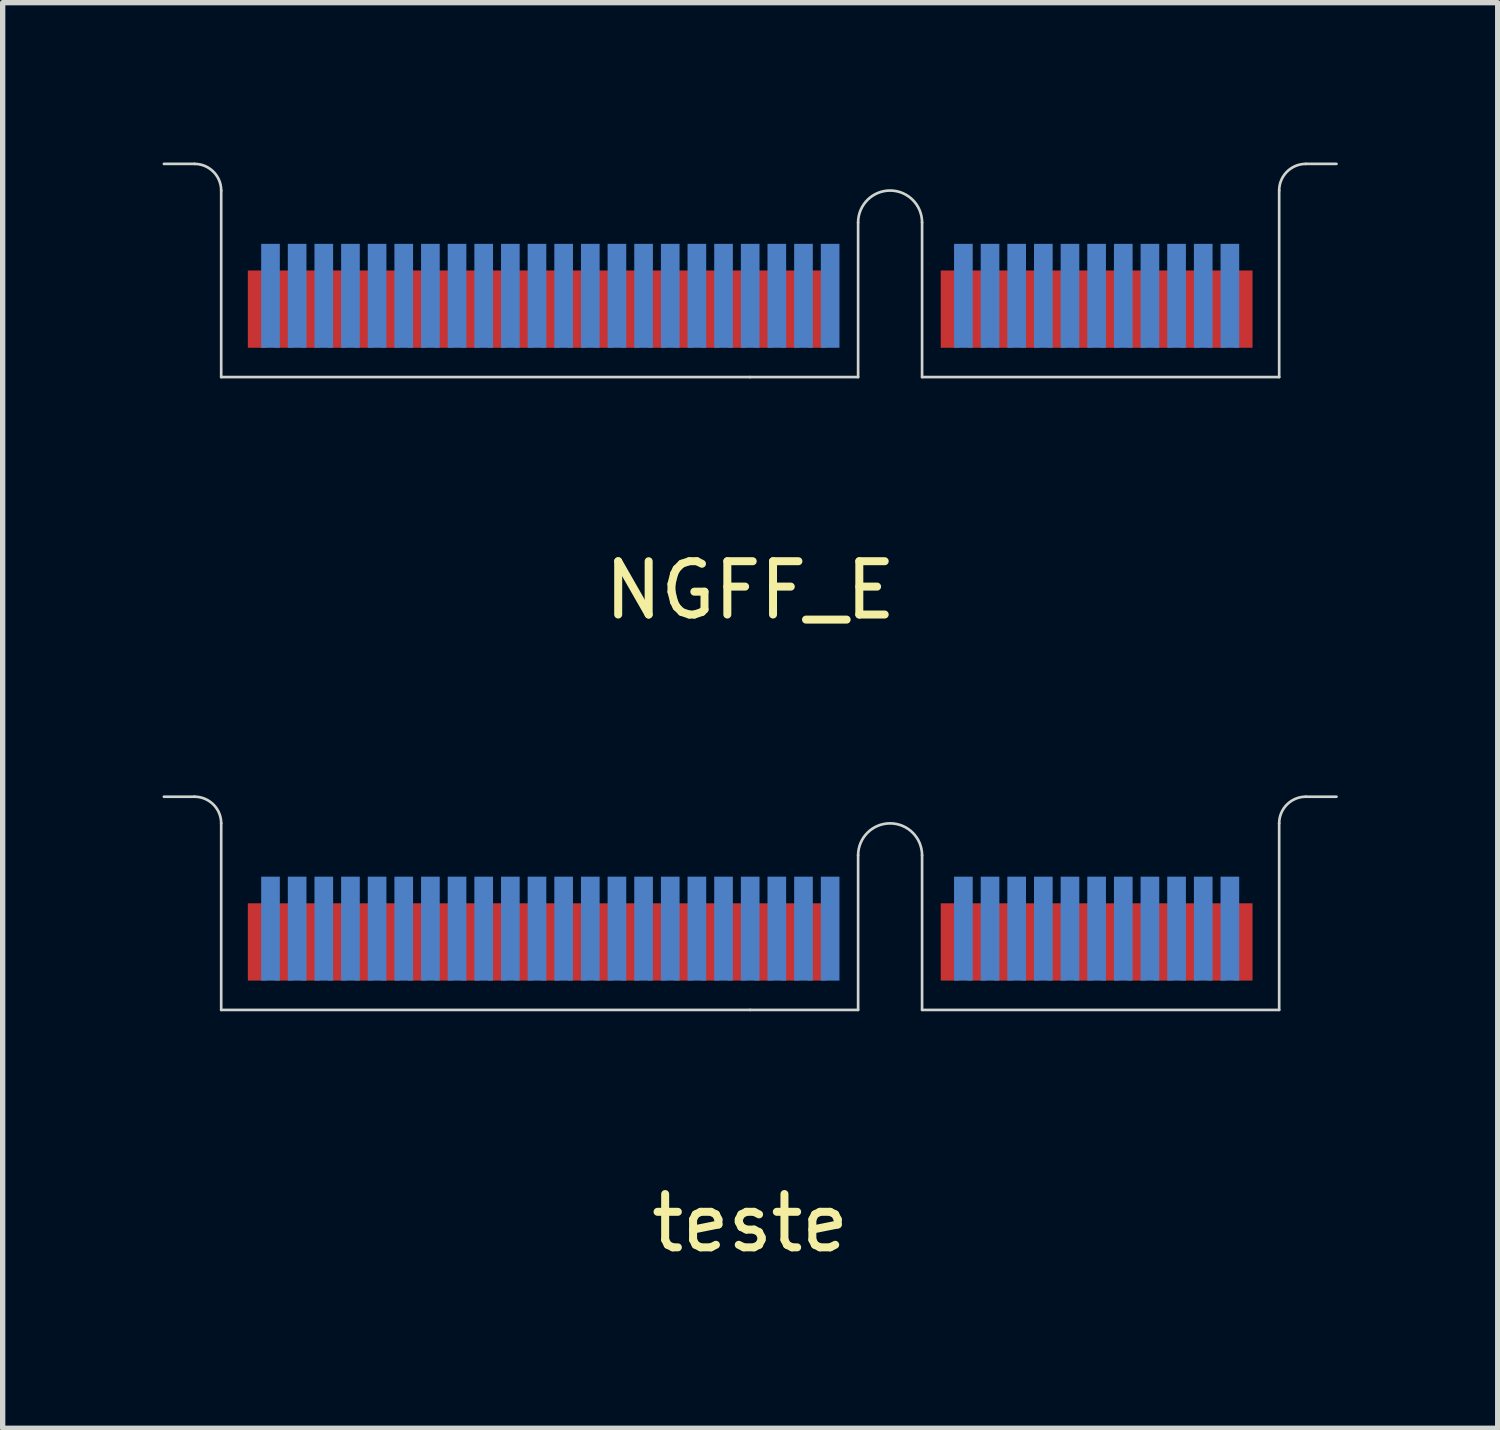
<source format=kicad_pcb>
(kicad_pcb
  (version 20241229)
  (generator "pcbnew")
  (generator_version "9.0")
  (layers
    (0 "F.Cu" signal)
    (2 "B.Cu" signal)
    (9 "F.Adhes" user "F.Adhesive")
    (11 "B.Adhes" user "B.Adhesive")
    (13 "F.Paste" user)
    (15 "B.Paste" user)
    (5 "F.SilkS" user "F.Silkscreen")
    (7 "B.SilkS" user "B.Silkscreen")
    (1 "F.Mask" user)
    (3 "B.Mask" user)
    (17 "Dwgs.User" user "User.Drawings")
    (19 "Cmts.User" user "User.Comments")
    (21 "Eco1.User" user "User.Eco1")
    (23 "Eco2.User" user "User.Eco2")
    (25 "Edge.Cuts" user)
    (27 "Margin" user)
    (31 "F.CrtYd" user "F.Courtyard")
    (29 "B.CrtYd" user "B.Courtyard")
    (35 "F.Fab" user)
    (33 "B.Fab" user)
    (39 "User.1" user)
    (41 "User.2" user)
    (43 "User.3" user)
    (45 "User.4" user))
  (footprint "NGFF_E"
    (layer "F.Cu")
    (at 11.025 4.025)
    (property "Reference" "NGFF_E" (at 0 4 0) (layer "F.SilkS") (effects (font (size 1 1) (thickness 0.15))))
    (attr through_hole)
    (fp_poly (pts (xy -9.925 0) (xy 2.025 0) (xy 2.025 -2) (xy -9.925 -2)) (stroke (width 0.1) (type solid)) (fill yes) (layer "F.Mask"))
    (fp_poly (pts (xy 3.225 0) (xy 9.925 0) (xy 9.925 -2) (xy 3.225 -2)) (stroke (width 0.1) (type solid)) (fill yes) (layer "F.Mask"))
    (fp_poly (pts (xy -9.925 0) (xy 2.025 0) (xy 2.025 -2.5) (xy -9.925 -2.5)) (stroke (width 0.1) (type solid)) (fill yes) (layer "B.Mask"))
    (fp_poly (pts (xy 3.225 0) (xy 9.925 0) (xy 9.925 -2.5) (xy 3.225 -2.5)) (stroke (width 0.1) (type solid)) (fill yes) (layer "B.Mask"))
    (fp_line (start -11 -4) (end -10.425 -4) (stroke (width 0.05) (type solid)) (layer "Edge.Cuts"))
    (fp_line (start -9.925 -3.5) (end -9.925 0) (stroke (width 0.05) (type solid)) (layer "Edge.Cuts"))
    (fp_line (start -9.925 0) (end 0 0) (stroke (width 0.05) (type solid)) (layer "Edge.Cuts"))
    (fp_line (start 0 0) (end 2.025 0) (stroke (width 0.05) (type solid)) (layer "Edge.Cuts"))
    (fp_line (start 2.025 0) (end 2.025 -2.9) (stroke (width 0.05) (type solid)) (layer "Edge.Cuts"))
    (fp_line (start 3.225 -2.9) (end 3.225 0) (stroke (width 0.05) (type solid)) (layer "Edge.Cuts"))
    (fp_line (start 3.225 0) (end 9.925 0) (stroke (width 0.05) (type solid)) (layer "Edge.Cuts"))
    (fp_line (start 9.925 0) (end 9.925 -3.5) (stroke (width 0.05) (type solid)) (layer "Edge.Cuts"))
    (fp_line (start 10.425 -4) (end 11 -4) (stroke (width 0.05) (type solid)) (layer "Edge.Cuts"))
    (fp_arc (start -10.425 -4) (mid -10.071447 -3.853553) (end -9.925 -3.5) (stroke (width 0.05) (type solid)) (layer "Edge.Cuts"))
    (fp_arc (start 2.025 -2.9) (mid 2.625 -3.5) (end 3.225 -2.9) (stroke (width 0.05) (type solid)) (layer "Edge.Cuts"))
    (fp_arc (start 9.925 -3.5) (mid 10.071447 -3.853553) (end 10.425 -4) (stroke (width 0.05) (type solid)) (layer "Edge.Cuts"))
    (pad "1" smd rect (at 9.25 -1.275) (size 0.35 1.45) (layers "F.Cu"))
    (pad "2" smd rect (at 9 -1.525) (size 0.35 1.95) (layers "B.Cu"))
    (pad "3" smd rect (at 8.75 -1.275) (size 0.35 1.45) (layers "F.Cu"))
    (pad "4" smd rect (at 8.5 -1.525) (size 0.35 1.95) (layers "B.Cu"))
    (pad "5" smd rect (at 8.25 -1.275) (size 0.35 1.45) (layers "F.Cu"))
    (pad "6" smd rect (at 8 -1.525) (size 0.35 1.95) (layers "B.Cu"))
    (pad "7" smd rect (at 7.75 -1.275) (size 0.35 1.45) (layers "F.Cu"))
    (pad "8" smd rect (at 7.5 -1.525) (size 0.35 1.95) (layers "B.Cu"))
    (pad "9" smd rect (at 7.25 -1.275) (size 0.35 1.45) (layers "F.Cu"))
    (pad "10" smd rect (at 7 -1.525) (size 0.35 1.95) (layers "B.Cu"))
    (pad "11" smd rect (at 6.75 -1.275) (size 0.35 1.45) (layers "F.Cu"))
    (pad "12" smd rect (at 6.5 -1.525) (size 0.35 1.95) (layers "B.Cu"))
    (pad "13" smd rect (at 6.25 -1.275) (size 0.35 1.45) (layers "F.Cu"))
    (pad "14" smd rect (at 6 -1.525) (size 0.35 1.95) (layers "B.Cu"))
    (pad "15" smd rect (at 5.75 -1.275) (size 0.35 1.45) (layers "F.Cu"))
    (pad "16" smd rect (at 5.5 -1.525) (size 0.35 1.95) (layers "B.Cu"))
    (pad "17" smd rect (at 5.25 -1.275) (size 0.35 1.45) (layers "F.Cu"))
    (pad "18" smd rect (at 5 -1.525) (size 0.35 1.95) (layers "B.Cu"))
    (pad "19" smd rect (at 4.75 -1.275) (size 0.35 1.45) (layers "F.Cu"))
    (pad "20" smd rect (at 4.5 -1.525) (size 0.35 1.95) (layers "B.Cu"))
    (pad "21" smd rect (at 4.25 -1.275) (size 0.35 1.45) (layers "F.Cu"))
    (pad "22" smd rect (at 4 -1.525) (size 0.35 1.95) (layers "B.Cu"))
    (pad "23" smd rect (at 3.75 -1.275) (size 0.35 1.45) (layers "F.Cu"))
    (pad "32" smd rect (at 1.5 -1.525) (size 0.35 1.95) (layers "B.Cu"))
    (pad "33" smd rect (at 1.25 -1.275) (size 0.35 1.45) (layers "F.Cu"))
    (pad "34" smd rect (at 1 -1.525) (size 0.35 1.95) (layers "B.Cu"))
    (pad "35" smd rect (at 0.75 -1.275) (size 0.35 1.45) (layers "F.Cu"))
    (pad "36" smd rect (at 0.5 -1.525) (size 0.35 1.95) (layers "B.Cu"))
    (pad "37" smd rect (at 0.25 -1.275) (size 0.35 1.45) (layers "F.Cu"))
    (pad "38" smd rect (at 0 -1.525) (size 0.35 1.95) (layers "B.Cu"))
    (pad "39" smd rect (at -0.25 -1.275) (size 0.35 1.45) (layers "F.Cu"))
    (pad "40" smd rect (at -0.5 -1.525) (size 0.35 1.95) (layers "B.Cu"))
    (pad "41" smd rect (at -0.75 -1.275) (size 0.35 1.45) (layers "F.Cu"))
    (pad "42" smd rect (at -1 -1.525) (size 0.35 1.95) (layers "B.Cu"))
    (pad "43" smd rect (at -1.25 -1.275) (size 0.35 1.45) (layers "F.Cu"))
    (pad "44" smd rect (at -1.5 -1.525) (size 0.35 1.95) (layers "B.Cu"))
    (pad "45" smd rect (at -1.75 -1.275) (size 0.35 1.45) (layers "F.Cu"))
    (pad "46" smd rect (at -2 -1.525) (size 0.35 1.95) (layers "B.Cu"))
    (pad "47" smd rect (at -2.25 -1.275) (size 0.35 1.45) (layers "F.Cu"))
    (pad "48" smd rect (at -2.5 -1.525) (size 0.35 1.95) (layers "B.Cu"))
    (pad "49" smd rect (at -2.75 -1.275) (size 0.35 1.45) (layers "F.Cu"))
    (pad "50" smd rect (at -3 -1.525) (size 0.35 1.95) (layers "B.Cu"))
    (pad "51" smd rect (at -3.25 -1.275) (size 0.35 1.45) (layers "F.Cu"))
    (pad "52" smd rect (at -3.5 -1.525) (size 0.35 1.95) (layers "B.Cu"))
    (pad "53" smd rect (at -3.75 -1.275) (size 0.35 1.45) (layers "F.Cu"))
    (pad "54" smd rect (at -4 -1.525) (size 0.35 1.95) (layers "B.Cu"))
    (pad "55" smd rect (at -4.25 -1.275) (size 0.35 1.45) (layers "F.Cu"))
    (pad "56" smd rect (at -4.5 -1.525) (size 0.35 1.95) (layers "B.Cu"))
    (pad "57" smd rect (at -4.75 -1.275) (size 0.35 1.45) (layers "F.Cu"))
    (pad "58" smd rect (at -5 -1.525) (size 0.35 1.95) (layers "B.Cu"))
    (pad "59" smd rect (at -5.25 -1.275) (size 0.35 1.45) (layers "F.Cu"))
    (pad "60" smd rect (at -5.5 -1.525) (size 0.35 1.95) (layers "B.Cu"))
    (pad "61" smd rect (at -5.75 -1.275) (size 0.35 1.45) (layers "F.Cu"))
    (pad "62" smd rect (at -6 -1.525) (size 0.35 1.95) (layers "B.Cu"))
    (pad "63" smd rect (at -6.25 -1.275) (size 0.35 1.45) (layers "F.Cu"))
    (pad "64" smd rect (at -6.5 -1.525) (size 0.35 1.95) (layers "B.Cu"))
    (pad "65" smd rect (at -6.75 -1.275) (size 0.35 1.45) (layers "F.Cu"))
    (pad "66" smd rect (at -7 -1.525) (size 0.35 1.95) (layers "B.Cu"))
    (pad "67" smd rect (at -7.25 -1.275) (size 0.35 1.45) (layers "F.Cu"))
    (pad "68" smd rect (at -7.5 -1.525) (size 0.35 1.95) (layers "B.Cu"))
    (pad "69" smd rect (at -7.75 -1.275) (size 0.35 1.45) (layers "F.Cu"))
    (pad "70" smd rect (at -8 -1.525) (size 0.35 1.95) (layers "B.Cu"))
    (pad "71" smd rect (at -8.25 -1.275) (size 0.35 1.45) (layers "F.Cu"))
    (pad "72" smd rect (at -8.5 -1.525) (size 0.35 1.95) (layers "B.Cu"))
    (pad "73" smd rect (at -8.75 -1.275) (size 0.35 1.45) (layers "F.Cu"))
    (pad "74" smd rect (at -9 -1.525) (size 0.35 1.95) (layers "B.Cu"))
    (pad "75" smd rect (at -9.25 -1.275) (size 0.35 1.45) (layers "F.Cu")))
  (footprint "teste"
    (layer "F.Cu")
    (at 11.025 15.898)
    (property "Reference" "teste" (at 0 4 0) (layer "F.SilkS") (effects (font (size 1 1) (thickness 0.15))))
    (attr through_hole)
    (fp_poly (pts (xy -9.925 0) (xy 2.025 0) (xy 2.025 -2) (xy -9.925 -2)) (stroke (width 0.1) (type solid)) (fill yes) (layer "F.Mask"))
    (fp_poly (pts (xy 3.225 0) (xy 9.925 0) (xy 9.925 -2) (xy 3.225 -2)) (stroke (width 0.1) (type solid)) (fill yes) (layer "F.Mask"))
    (fp_poly (pts (xy -9.925 0) (xy 2.025 0) (xy 2.025 -2.5) (xy -9.925 -2.5)) (stroke (width 0.1) (type solid)) (fill yes) (layer "B.Mask"))
    (fp_poly (pts (xy 3.225 0) (xy 9.925 0) (xy 9.925 -2.5) (xy 3.225 -2.5)) (stroke (width 0.1) (type solid)) (fill yes) (layer "B.Mask"))
    (fp_line (start -11 -4) (end -10.425 -4) (stroke (width 0.05) (type solid)) (layer "Edge.Cuts"))
    (fp_line (start -9.925 -3.5) (end -9.925 0) (stroke (width 0.05) (type solid)) (layer "Edge.Cuts"))
    (fp_line (start -9.925 0) (end 0 0) (stroke (width 0.05) (type solid)) (layer "Edge.Cuts"))
    (fp_line (start 0 0) (end 2.025 0) (stroke (width 0.05) (type solid)) (layer "Edge.Cuts"))
    (fp_line (start 2.025 0) (end 2.025 -2.9) (stroke (width 0.05) (type solid)) (layer "Edge.Cuts"))
    (fp_line (start 3.225 -2.9) (end 3.225 0) (stroke (width 0.05) (type solid)) (layer "Edge.Cuts"))
    (fp_line (start 3.225 0) (end 9.925 0) (stroke (width 0.05) (type solid)) (layer "Edge.Cuts"))
    (fp_line (start 9.925 0) (end 9.925 -3.5) (stroke (width 0.05) (type solid)) (layer "Edge.Cuts"))
    (fp_line (start 10.425 -4) (end 11 -4) (stroke (width 0.05) (type solid)) (layer "Edge.Cuts"))
    (fp_arc (start -10.425 -4) (mid -10.071447 -3.853553) (end -9.925 -3.5) (stroke (width 0.05) (type solid)) (layer "Edge.Cuts"))
    (fp_arc (start 2.025 -2.9) (mid 2.625 -3.5) (end 3.225 -2.9) (stroke (width 0.05) (type solid)) (layer "Edge.Cuts"))
    (fp_arc (start 9.925 -3.5) (mid 10.071447 -3.853553) (end 10.425 -4) (stroke (width 0.05) (type solid)) (layer "Edge.Cuts"))
    (pad "1" smd rect (at 9.25 -1.275) (size 0.35 1.45) (layers "F.Cu"))
    (pad "2" smd rect (at 9 -1.525) (size 0.35 1.95) (layers "B.Cu"))
    (pad "3" smd rect (at 8.75 -1.275) (size 0.35 1.45) (layers "F.Cu"))
    (pad "4" smd rect (at 8.5 -1.525) (size 0.35 1.95) (layers "B.Cu"))
    (pad "5" smd rect (at 8.25 -1.275) (size 0.35 1.45) (layers "F.Cu"))
    (pad "6" smd rect (at 8 -1.525) (size 0.35 1.95) (layers "B.Cu"))
    (pad "7" smd rect (at 7.75 -1.275) (size 0.35 1.45) (layers "F.Cu"))
    (pad "8" smd rect (at 7.5 -1.525) (size 0.35 1.95) (layers "B.Cu"))
    (pad "9" smd rect (at 7.25 -1.275) (size 0.35 1.45) (layers "F.Cu"))
    (pad "10" smd rect (at 7 -1.525) (size 0.35 1.95) (layers "B.Cu"))
    (pad "11" smd rect (at 6.75 -1.275) (size 0.35 1.45) (layers "F.Cu"))
    (pad "12" smd rect (at 6.5 -1.525) (size 0.35 1.95) (layers "B.Cu"))
    (pad "13" smd rect (at 6.25 -1.275) (size 0.35 1.45) (layers "F.Cu"))
    (pad "14" smd rect (at 6 -1.525) (size 0.35 1.95) (layers "B.Cu"))
    (pad "15" smd rect (at 5.75 -1.275) (size 0.35 1.45) (layers "F.Cu"))
    (pad "16" smd rect (at 5.5 -1.525) (size 0.35 1.95) (layers "B.Cu"))
    (pad "17" smd rect (at 5.25 -1.275) (size 0.35 1.45) (layers "F.Cu"))
    (pad "18" smd rect (at 5 -1.525) (size 0.35 1.95) (layers "B.Cu"))
    (pad "19" smd rect (at 4.75 -1.275) (size 0.35 1.45) (layers "F.Cu"))
    (pad "20" smd rect (at 4.5 -1.525) (size 0.35 1.95) (layers "B.Cu"))
    (pad "21" smd rect (at 4.25 -1.275) (size 0.35 1.45) (layers "F.Cu"))
    (pad "22" smd rect (at 4 -1.525) (size 0.35 1.95) (layers "B.Cu"))
    (pad "23" smd rect (at 3.75 -1.275) (size 0.35 1.45) (layers "F.Cu"))
    (pad "32" smd rect (at 1.5 -1.525) (size 0.35 1.95) (layers "B.Cu"))
    (pad "33" smd rect (at 1.25 -1.275) (size 0.35 1.45) (layers "F.Cu"))
    (pad "34" smd rect (at 1 -1.525) (size 0.35 1.95) (layers "B.Cu"))
    (pad "35" smd rect (at 0.75 -1.275) (size 0.35 1.45) (layers "F.Cu"))
    (pad "36" smd rect (at 0.5 -1.525) (size 0.35 1.95) (layers "B.Cu"))
    (pad "37" smd rect (at 0.25 -1.275) (size 0.35 1.45) (layers "F.Cu"))
    (pad "38" smd rect (at 0 -1.525) (size 0.35 1.95) (layers "B.Cu"))
    (pad "39" smd rect (at -0.25 -1.275) (size 0.35 1.45) (layers "F.Cu"))
    (pad "40" smd rect (at -0.5 -1.525) (size 0.35 1.95) (layers "B.Cu"))
    (pad "41" smd rect (at -0.75 -1.275) (size 0.35 1.45) (layers "F.Cu"))
    (pad "42" smd rect (at -1 -1.525) (size 0.35 1.95) (layers "B.Cu"))
    (pad "43" smd rect (at -1.25 -1.275) (size 0.35 1.45) (layers "F.Cu"))
    (pad "44" smd rect (at -1.5 -1.525) (size 0.35 1.95) (layers "B.Cu"))
    (pad "45" smd rect (at -1.75 -1.275) (size 0.35 1.45) (layers "F.Cu"))
    (pad "46" smd rect (at -2 -1.525) (size 0.35 1.95) (layers "B.Cu"))
    (pad "47" smd rect (at -2.25 -1.275) (size 0.35 1.45) (layers "F.Cu"))
    (pad "48" smd rect (at -2.5 -1.525) (size 0.35 1.95) (layers "B.Cu"))
    (pad "49" smd rect (at -2.75 -1.275) (size 0.35 1.45) (layers "F.Cu"))
    (pad "50" smd rect (at -3 -1.525) (size 0.35 1.95) (layers "B.Cu"))
    (pad "51" smd rect (at -3.25 -1.275) (size 0.35 1.45) (layers "F.Cu"))
    (pad "52" smd rect (at -3.5 -1.525) (size 0.35 1.95) (layers "B.Cu"))
    (pad "53" smd rect (at -3.75 -1.275) (size 0.35 1.45) (layers "F.Cu"))
    (pad "54" smd rect (at -4 -1.525) (size 0.35 1.95) (layers "B.Cu"))
    (pad "55" smd rect (at -4.25 -1.275) (size 0.35 1.45) (layers "F.Cu"))
    (pad "56" smd rect (at -4.5 -1.525) (size 0.35 1.95) (layers "B.Cu"))
    (pad "57" smd rect (at -4.75 -1.275) (size 0.35 1.45) (layers "F.Cu"))
    (pad "58" smd rect (at -5 -1.525) (size 0.35 1.95) (layers "B.Cu"))
    (pad "59" smd rect (at -5.25 -1.275) (size 0.35 1.45) (layers "F.Cu"))
    (pad "60" smd rect (at -5.5 -1.525) (size 0.35 1.95) (layers "B.Cu"))
    (pad "61" smd rect (at -5.75 -1.275) (size 0.35 1.45) (layers "F.Cu"))
    (pad "62" smd rect (at -6 -1.525) (size 0.35 1.95) (layers "B.Cu"))
    (pad "63" smd rect (at -6.25 -1.275) (size 0.35 1.45) (layers "F.Cu"))
    (pad "64" smd rect (at -6.5 -1.525) (size 0.35 1.95) (layers "B.Cu"))
    (pad "65" smd rect (at -6.75 -1.275) (size 0.35 1.45) (layers "F.Cu"))
    (pad "66" smd rect (at -7 -1.525) (size 0.35 1.95) (layers "B.Cu"))
    (pad "67" smd rect (at -7.25 -1.275) (size 0.35 1.45) (layers "F.Cu"))
    (pad "68" smd rect (at -7.5 -1.525) (size 0.35 1.95) (layers "B.Cu"))
    (pad "69" smd rect (at -7.75 -1.275) (size 0.35 1.45) (layers "F.Cu"))
    (pad "70" smd rect (at -8 -1.525) (size 0.35 1.95) (layers "B.Cu"))
    (pad "71" smd rect (at -8.25 -1.275) (size 0.35 1.45) (layers "F.Cu"))
    (pad "72" smd rect (at -8.5 -1.525) (size 0.35 1.95) (layers "B.Cu"))
    (pad "73" smd rect (at -8.75 -1.275) (size 0.35 1.45) (layers "F.Cu"))
    (pad "74" smd rect (at -9 -1.525) (size 0.35 1.95) (layers "B.Cu"))
    (pad "75" smd rect (at -9.25 -1.275) (size 0.35 1.45) (layers "F.Cu")))
  (gr_rect
    (start -3 -3)
    (end 25.05 23.747)
    (stroke (width 0.1) (type default))
    (fill no)
    (layer "Edge.Cuts")))
</source>
